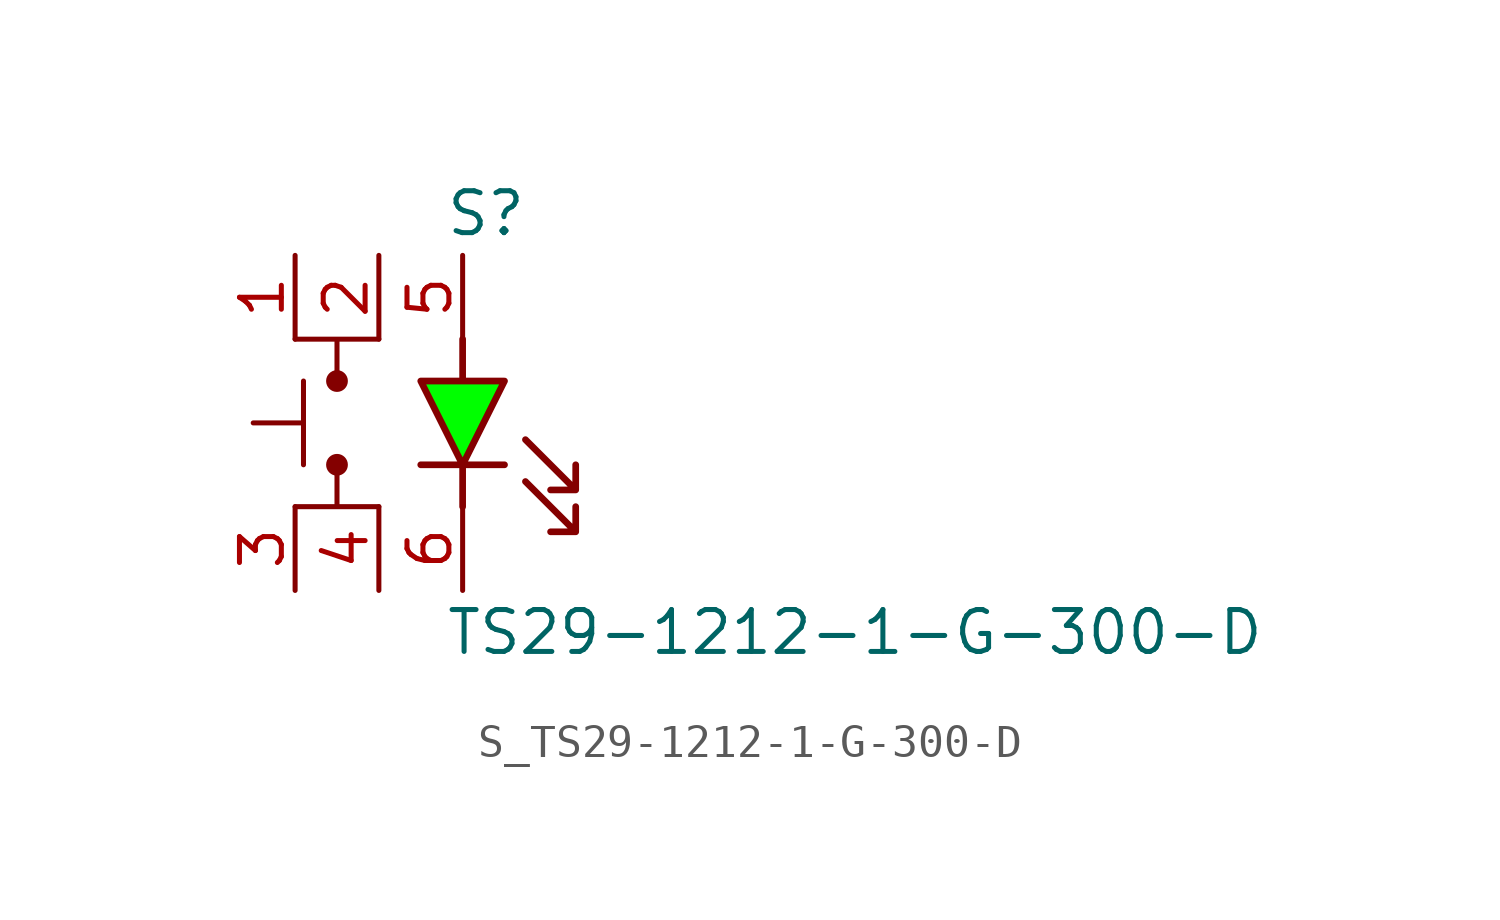
<source format=kicad_sym>
(kicad_symbol_lib
  (version 20231120)
  (generator kicad_symbol_editor)
  (generator_version 8.0)
  (symbol "S_TS29-1212-1-G-300-D"
    (pin_names
      (offset 0.254))
    (property "Reference" "S"
      (at 2 6.35 0)
      (effects (font (size 1.27 1.27)) (justify left)))
    (property "Value" "TS29-1212-1-G-300-D"
      (at 2 -6.35 0)
      (effects (font (size 1.27 1.27)) (justify left)))
    (symbol "S_TS29-1212-1-G-300-D_0_0"
      (pin passive line (at -2.54 5.08 270) (length 2.54) (name "" (effects (font (size 1.27 1.27)))) (number "1" (effects (font (size 1.27 1.27)))))
      (pin passive line (at 0 5.08 270) (length 2.54) (name "" (effects (font (size 1.27 1.27)))) (number "2" (effects (font (size 1.27 1.27)))))
      (pin passive line (at 2.54 5.08 270) (length 2.54) (name "" (effects (font (size 1.27 1.27)))) (number "5" (effects (font (size 1.27 1.27)))))
      (pin passive line (at -2.54 -5.08 90) (length 2.54) (name "" (effects (font (size 1.27 1.27)))) (number "3" (effects (font (size 1.27 1.27)))))
      (pin passive line (at 0 -5.08 90) (length 2.54) (name "" (effects (font (size 1.27 1.27)))) (number "4" (effects (font (size 1.27 1.27)))))
      (pin passive line (at 2.54 -5.08 90) (length 2.54) (name "" (effects (font (size 1.27 1.27)))) (number "6" (effects (font (size 1.27 1.27)))))
      (polyline (pts (xy -2.286 1.27) (xy -2.286 -1.27) (xy -2.286 0) (xy -3.81 0)) (stroke (width 0) (type default)) (fill (type none)))
      (circle (center -1.27 1.27) (radius 0.254) (stroke (width 0) (type solid)) (fill (type outline)))
      (circle (center -1.27 -1.27) (radius 0.254) (stroke (width 0) (type solid)) (fill (type outline)))
      (polyline (pts (xy 0 2.54) (xy -2.54 2.54) (xy -1.27 2.54) (xy -1.27 1.27)) (stroke (width 0) (type default)) (fill (type none)))
      (polyline (pts (xy 0 -2.54) (xy -2.54 -2.54) (xy -1.27 -2.54) (xy -1.27 -1.27)) (stroke (width 0) (type default)) (fill (type none)))
      (polyline (pts (xy 2.54 -2.54) (xy 2.54 -1.27) (xy 3.81 -1.27) (xy 2.54 -1.27) (xy 3.81 1.27) (xy 2.54 1.27) (xy 2.54 2.54) (xy 2.54 1.27) (xy 1.27 1.27) (xy 2.54 -1.27) (xy 1.27 -1.27) (xy 2.54 -1.27) (xy 2.54 -2.54)) (stroke (width 0.203) (type solid)) (fill (type color) (color 0 255 0 1)))
      (polyline (pts (xy 4.445 -0.508) (xy 5.969 -2.032) (xy 5.969 -1.27) (xy 5.969 -2.032) (xy 5.207 -2.032)) (stroke (width 0.203) (type default)) (fill (type none)))
      (polyline (pts (xy 4.445 -1.778) (xy 5.969 -3.302) (xy 5.969 -2.54) (xy 5.969 -3.302) (xy 5.207 -3.302)) (stroke (width 0.203) (type default)) (fill (type none))))
    (symbol "S_TS29-1212-1-G-300-D_1_0")))
</source>
